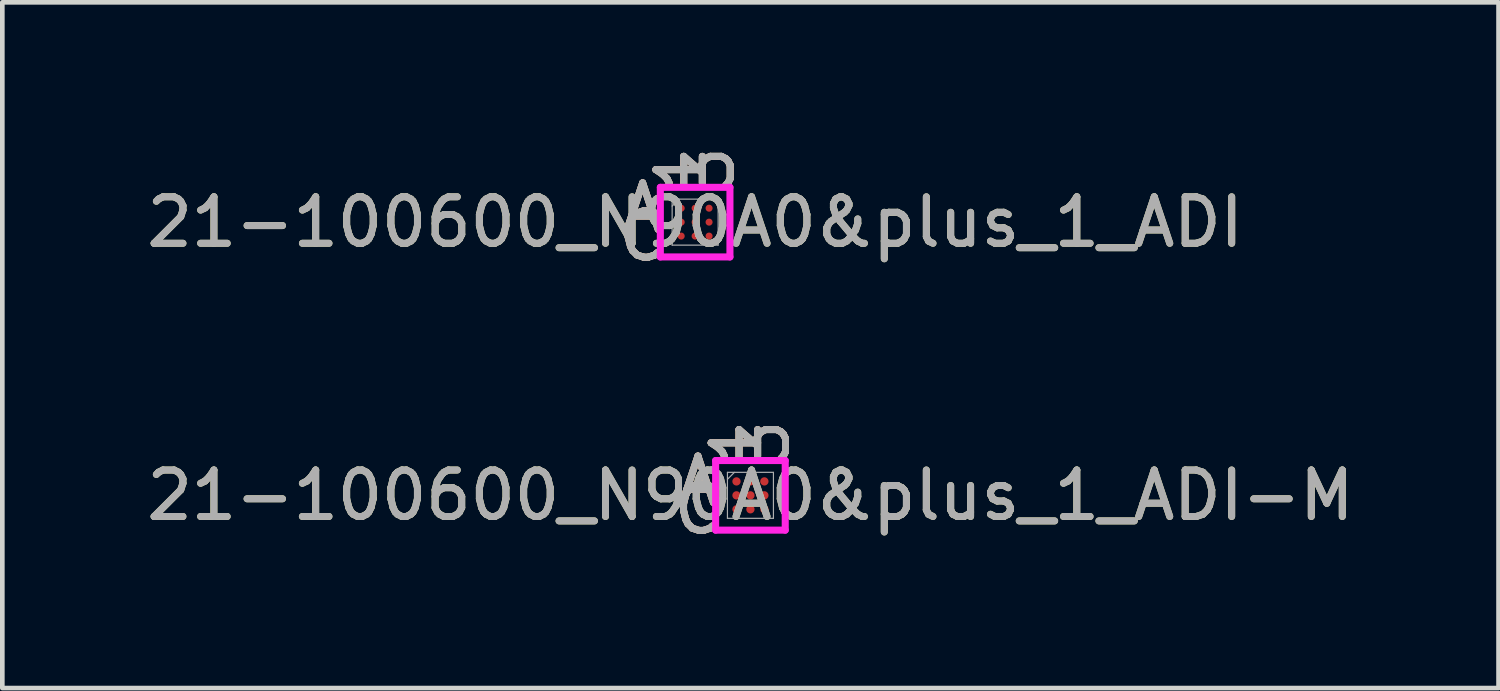
<source format=kicad_pcb>
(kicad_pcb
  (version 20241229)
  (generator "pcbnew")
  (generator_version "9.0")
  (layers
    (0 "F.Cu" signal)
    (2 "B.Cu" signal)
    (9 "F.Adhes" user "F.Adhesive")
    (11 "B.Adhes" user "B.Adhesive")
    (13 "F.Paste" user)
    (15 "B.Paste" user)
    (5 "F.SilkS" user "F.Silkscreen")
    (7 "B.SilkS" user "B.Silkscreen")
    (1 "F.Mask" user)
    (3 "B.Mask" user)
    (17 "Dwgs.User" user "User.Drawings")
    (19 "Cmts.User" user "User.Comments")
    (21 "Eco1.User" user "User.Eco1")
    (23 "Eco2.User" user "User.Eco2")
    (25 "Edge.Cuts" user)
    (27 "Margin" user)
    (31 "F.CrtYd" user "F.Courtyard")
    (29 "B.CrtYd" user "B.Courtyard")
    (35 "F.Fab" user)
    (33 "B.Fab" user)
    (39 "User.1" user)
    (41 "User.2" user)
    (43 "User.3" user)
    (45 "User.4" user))
  (footprint "21-100600_N90A0&plus_1_ADI-M"
    (layer "F.Cu")
    (at 13.101 7.611)
    (property "Reference" "21-100600_N90A0&plus_1_ADI-M" (at 0 0 0) (unlocked yes) (layer "F.SilkS") (effects (font (size 1 1) (thickness 0.15))))
    (attr smd)
    (fp_poly (pts (xy -0.894 -0.894) (xy 0.894 -0.894) (xy 0.894 0.894) (xy -0.894 0.894)) (stroke (width 0.1) (type solid)) (fill no) (layer "Eco2.User"))
    (fp_line (start -0.749 -0.749) (end 0.749 -0.749) (stroke (width 0.152) (type solid)) (layer "F.CrtYd"))
    (fp_line (start -0.749 0.749) (end -0.749 -0.749) (stroke (width 0.152) (type solid)) (layer "F.CrtYd"))
    (fp_line (start 0.749 -0.749) (end 0.749 0.749) (stroke (width 0.152) (type solid)) (layer "F.CrtYd"))
    (fp_line (start 0.749 0.749) (end -0.749 0.749) (stroke (width 0.152) (type solid)) (layer "F.CrtYd"))
    (fp_line (start -0.495 -0.495) (end -0.495 0.495) (stroke (width 0.025) (type solid)) (layer "F.Fab"))
    (fp_line (start -0.495 0.495) (end 0.495 0.495) (stroke (width 0.025) (type solid)) (layer "F.Fab"))
    (fp_line (start -0.345 -0.495) (end -0.495 -0.345) (stroke (width 0.025) (type solid)) (layer "F.Fab"))
    (fp_line (start 0.495 -0.495) (end -0.495 -0.495) (stroke (width 0.025) (type solid)) (layer "F.Fab"))
    (fp_line (start 0.495 0.495) (end 0.495 -0.495) (stroke (width 0.025) (type solid)) (layer "F.Fab"))
    (fp_text user "A" (at -1.13 -0.3 0) (unlocked yes) (layer "F.SilkS") (effects (font (size 1 1) (thickness 0.15))))
    (fp_text user "C" (at -1.13 0.3 0) (unlocked yes) (layer "F.SilkS") (effects (font (size 1 1) (thickness 0.15))))
    (fp_text user "1" (at -0.3 -1.13 90) (unlocked yes) (layer "F.SilkS") (effects (font (size 1 1) (thickness 0.15))))
    (fp_text user "3" (at 0.3 -1.13 90) (unlocked yes) (layer "F.SilkS") (effects (font (size 1 1) (thickness 0.15))))
    (fp_text user "3" (at 0.3 -1.13 90) (unlocked yes) (layer "B.SilkS") (effects (font (size 1 1) (thickness 0.15))))
    (fp_text user "A" (at -1.13 -0.3 0) (unlocked yes) (layer "B.SilkS") (effects (font (size 1 1) (thickness 0.15))))
    (fp_text user "C" (at -1.13 0.3 0) (unlocked yes) (layer "B.SilkS") (effects (font (size 1 1) (thickness 0.15))))
    (fp_text user "1" (at -0.3 -1.13 90) (unlocked yes) (layer "B.SilkS") (effects (font (size 1 1) (thickness 0.15))))
    (fp_text user "${REFERENCE}" (at 0 0 0) (unlocked yes) (layer "F.Fab") (effects (font (size 1 1) (thickness 0.15))))
    (fp_text user "1" (at -0.3 -1.13 90) (unlocked yes) (layer "F.Fab") (effects (font (size 1 1) (thickness 0.15))))
    (fp_text user "A" (at -1.13 -0.3 0) (unlocked yes) (layer "F.Fab") (effects (font (size 1 1) (thickness 0.15))))
    (fp_text user "3" (at 0.3 -1.13 90) (unlocked yes) (layer "F.Fab") (effects (font (size 1 1) (thickness 0.15))))
    (fp_text user "C" (at -1.13 0.3 0) (unlocked yes) (layer "F.Fab") (effects (font (size 1 1) (thickness 0.15))))
    (pad "A1" smd circle (at -0.3 -0.3) (size 0.178 0.178) (layers "F.Cu" "F.Mask" "F.Paste"))
    (pad "A2" smd circle (at 0 -0.3) (size 0.178 0.178) (layers "F.Cu" "F.Mask" "F.Paste"))
    (pad "A3" smd circle (at 0.3 -0.3) (size 0.178 0.178) (layers "F.Cu" "F.Mask" "F.Paste"))
    (pad "B1" smd circle (at -0.3 0) (size 0.178 0.178) (layers "F.Cu" "F.Mask" "F.Paste"))
    (pad "B2" smd circle (at 0 0) (size 0.178 0.178) (layers "F.Cu" "F.Mask" "F.Paste"))
    (pad "B3" smd circle (at 0.3 0) (size 0.178 0.178) (layers "F.Cu" "F.Mask" "F.Paste"))
    (pad "C1" smd circle (at -0.3 0.3) (size 0.178 0.178) (layers "F.Cu" "F.Mask" "F.Paste"))
    (pad "C2" smd circle (at 0 0.3) (size 0.178 0.178) (layers "F.Cu" "F.Mask" "F.Paste"))
    (pad "C3" smd circle (at 0.3 0.3) (size 0.178 0.178) (layers "F.Cu" "F.Mask" "F.Paste")))
  (footprint "21-100600_N90A0&plus_1_ADI"
    (layer "F.Cu")
    (at 11.911 1.731)
    (property "Reference" "21-100600_N90A0&plus_1_ADI" (at 0 0 0) (unlocked yes) (layer "F.SilkS") (effects (font (size 1 1) (thickness 0.15))))
    (attr smd)
    (fp_poly (pts (xy -0.894 -0.894) (xy 0.894 -0.894) (xy 0.894 0.894) (xy -0.894 0.894)) (stroke (width 0.1) (type solid)) (fill no) (layer "Eco2.User"))
    (fp_line (start -0.749 -0.749) (end 0.749 -0.749) (stroke (width 0.152) (type solid)) (layer "F.CrtYd"))
    (fp_line (start -0.749 0.749) (end -0.749 -0.749) (stroke (width 0.152) (type solid)) (layer "F.CrtYd"))
    (fp_line (start 0.749 -0.749) (end 0.749 0.749) (stroke (width 0.152) (type solid)) (layer "F.CrtYd"))
    (fp_line (start 0.749 0.749) (end -0.749 0.749) (stroke (width 0.152) (type solid)) (layer "F.CrtYd"))
    (fp_line (start -0.495 -0.495) (end -0.495 0.495) (stroke (width 0.025) (type solid)) (layer "F.Fab"))
    (fp_line (start -0.495 0.495) (end 0.495 0.495) (stroke (width 0.025) (type solid)) (layer "F.Fab"))
    (fp_line (start -0.345 -0.495) (end -0.495 -0.345) (stroke (width 0.025) (type solid)) (layer "F.Fab"))
    (fp_line (start 0.495 -0.495) (end -0.495 -0.495) (stroke (width 0.025) (type solid)) (layer "F.Fab"))
    (fp_line (start 0.495 0.495) (end 0.495 -0.495) (stroke (width 0.025) (type solid)) (layer "F.Fab"))
    (fp_text user "C" (at -1.13 0.3 0) (unlocked yes) (layer "F.SilkS") (effects (font (size 1 1) (thickness 0.15))))
    (fp_text user "1" (at -0.3 -1.13 90) (unlocked yes) (layer "F.SilkS") (effects (font (size 1 1) (thickness 0.15))))
    (fp_text user "3" (at 0.3 -1.13 90) (unlocked yes) (layer "F.SilkS") (effects (font (size 1 1) (thickness 0.15))))
    (fp_text user "A" (at -1.13 -0.3 0) (unlocked yes) (layer "F.SilkS") (effects (font (size 1 1) (thickness 0.15))))
    (fp_text user "1" (at -0.3 -1.13 90) (unlocked yes) (layer "B.SilkS") (effects (font (size 1 1) (thickness 0.15))))
    (fp_text user "3" (at 0.3 -1.13 90) (unlocked yes) (layer "B.SilkS") (effects (font (size 1 1) (thickness 0.15))))
    (fp_text user "C" (at -1.13 0.3 0) (unlocked yes) (layer "B.SilkS") (effects (font (size 1 1) (thickness 0.15))))
    (fp_text user "A" (at -1.13 -0.3 0) (unlocked yes) (layer "B.SilkS") (effects (font (size 1 1) (thickness 0.15))))
    (fp_text user "A" (at -1.13 -0.3 0) (unlocked yes) (layer "F.Fab") (effects (font (size 1 1) (thickness 0.15))))
    (fp_text user "3" (at 0.3 -1.13 90) (unlocked yes) (layer "F.Fab") (effects (font (size 1 1) (thickness 0.15))))
    (fp_text user "${REFERENCE}" (at 0 0 0) (unlocked yes) (layer "F.Fab") (effects (font (size 1 1) (thickness 0.15))))
    (fp_text user "1" (at -0.3 -1.13 90) (unlocked yes) (layer "F.Fab") (effects (font (size 1 1) (thickness 0.15))))
    (fp_text user "C" (at -1.13 0.3 0) (unlocked yes) (layer "F.Fab") (effects (font (size 1 1) (thickness 0.15))))
    (pad "A1" smd circle (at -0.3 -0.3) (size 0.152 0.152) (layers "F.Cu" "F.Mask" "F.Paste"))
    (pad "A2" smd circle (at 0 -0.3) (size 0.152 0.152) (layers "F.Cu" "F.Mask" "F.Paste"))
    (pad "A3" smd circle (at 0.3 -0.3) (size 0.152 0.152) (layers "F.Cu" "F.Mask" "F.Paste"))
    (pad "B1" smd circle (at -0.3 0) (size 0.152 0.152) (layers "F.Cu" "F.Mask" "F.Paste"))
    (pad "B2" smd circle (at 0 0) (size 0.152 0.152) (layers "F.Cu" "F.Mask" "F.Paste"))
    (pad "B3" smd circle (at 0.3 0) (size 0.152 0.152) (layers "F.Cu" "F.Mask" "F.Paste"))
    (pad "C1" smd circle (at -0.3 0.3) (size 0.152 0.152) (layers "F.Cu" "F.Mask" "F.Paste"))
    (pad "C2" smd circle (at 0 0.3) (size 0.152 0.152) (layers "F.Cu" "F.Mask" "F.Paste"))
    (pad "C3" smd circle (at 0.3 0.3) (size 0.152 0.152) (layers "F.Cu" "F.Mask" "F.Paste")))
  (gr_rect
    (start -3 -3)
    (end 29.202 11.759)
    (stroke (width 0.1) (type default))
    (fill no)
    (layer "Edge.Cuts")))
</source>
